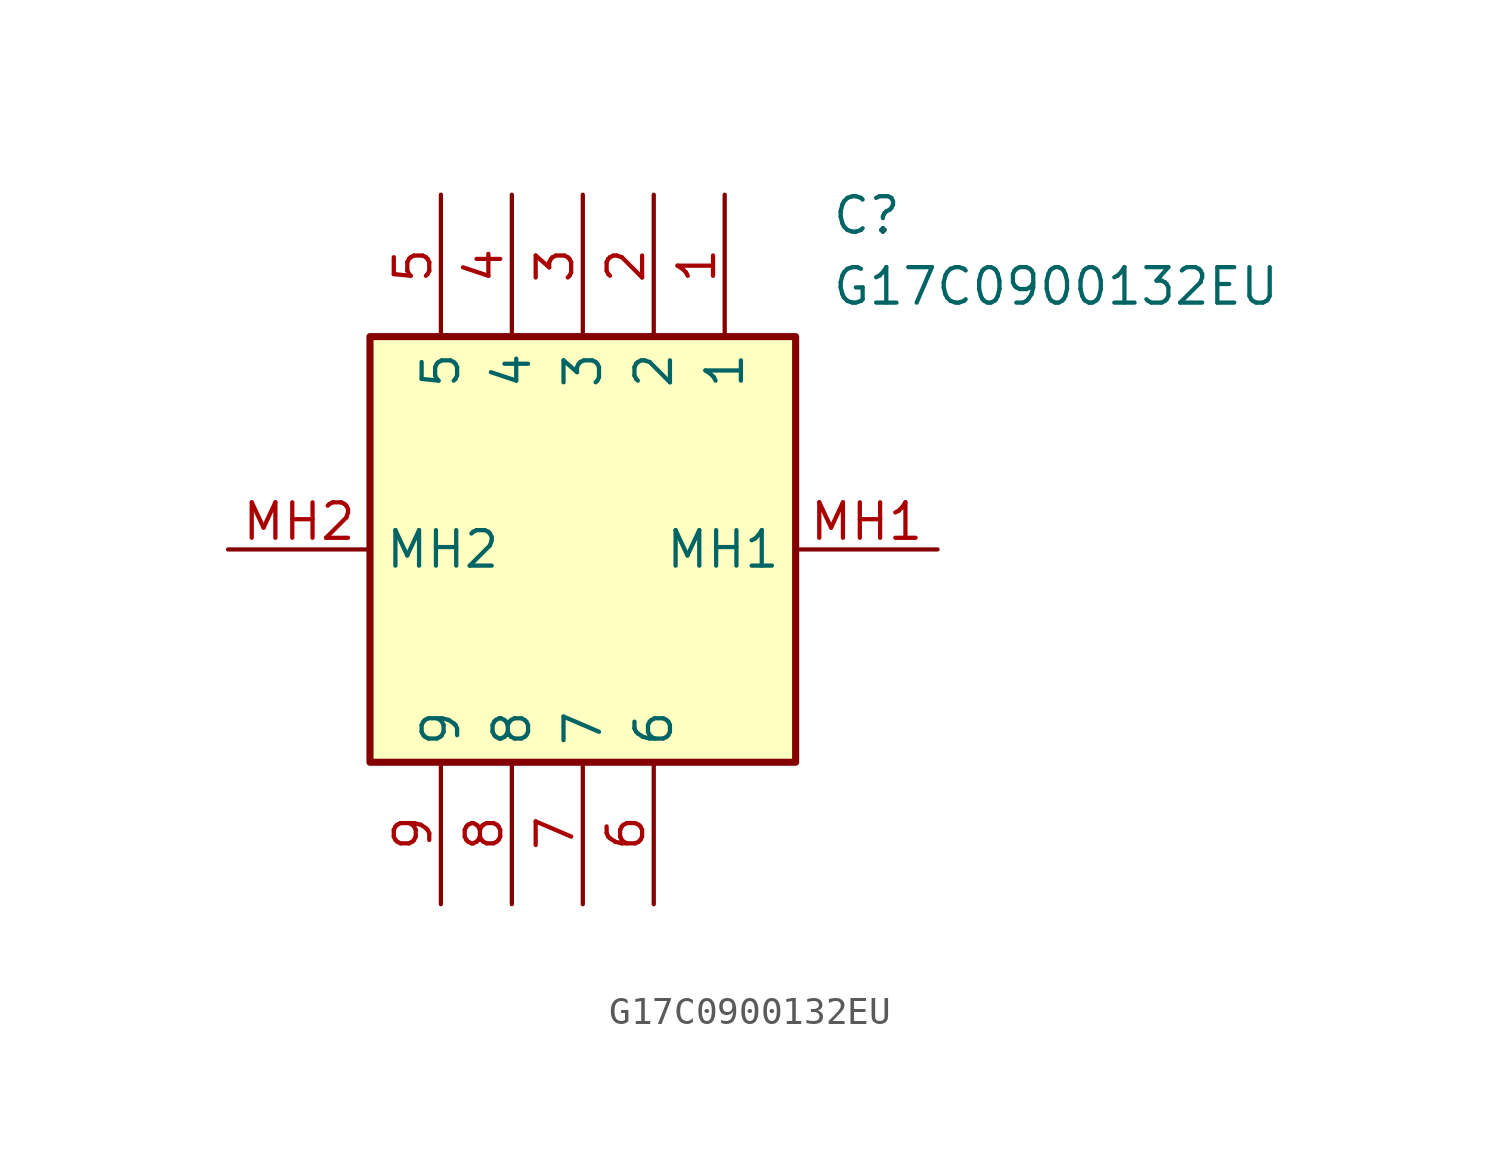
<source format=kicad_sym>
(kicad_symbol_lib
  (version 20211014)
  (generator SamacSys_ECAD_Model)
  (symbol "G17C0900132EU"
    (property "Reference" "C"
      (at 21.59 12.7 0)
      (effects (font (size 1.27 1.27)) (justify left top)))
    (property "Value" "G17C0900132EU"
      (at 21.59 10.16 0)
      (effects (font (size 1.27 1.27)) (justify left top)))
    (rectangle
      (start 5.08 7.62)
      (end 20.32 -7.62)
      (stroke (width 0.254) (type default))
      (fill (type background)))
    (pin passive line
      (at 17.78 12.7 270)
      (length 5.08)
      (name "1" (effects (font (size 1.27 1.27))))
      (number "1" (effects (font (size 1.27 1.27)))))
    (pin passive line
      (at 15.24 12.7 270)
      (length 5.08)
      (name "2" (effects (font (size 1.27 1.27))))
      (number "2" (effects (font (size 1.27 1.27)))))
    (pin passive line
      (at 12.7 12.7 270)
      (length 5.08)
      (name "3" (effects (font (size 1.27 1.27))))
      (number "3" (effects (font (size 1.27 1.27)))))
    (pin passive line
      (at 10.16 12.7 270)
      (length 5.08)
      (name "4" (effects (font (size 1.27 1.27))))
      (number "4" (effects (font (size 1.27 1.27)))))
    (pin passive line
      (at 7.62 12.7 270)
      (length 5.08)
      (name "5" (effects (font (size 1.27 1.27))))
      (number "5" (effects (font (size 1.27 1.27)))))
    (pin passive line
      (at 15.24 -12.7 90)
      (length 5.08)
      (name "6" (effects (font (size 1.27 1.27))))
      (number "6" (effects (font (size 1.27 1.27)))))
    (pin passive line
      (at 12.7 -12.7 90)
      (length 5.08)
      (name "7" (effects (font (size 1.27 1.27))))
      (number "7" (effects (font (size 1.27 1.27)))))
    (pin passive line
      (at 10.16 -12.7 90)
      (length 5.08)
      (name "8" (effects (font (size 1.27 1.27))))
      (number "8" (effects (font (size 1.27 1.27)))))
    (pin passive line
      (at 7.62 -12.7 90)
      (length 5.08)
      (name "9" (effects (font (size 1.27 1.27))))
      (number "9" (effects (font (size 1.27 1.27)))))
    (pin passive line
      (at 25.4 0 180)
      (length 5.08)
      (name "MH1" (effects (font (size 1.27 1.27))))
      (number "MH1" (effects (font (size 1.27 1.27)))))
    (pin passive line
      (at 0 0 0)
      (length 5.08)
      (name "MH2" (effects (font (size 1.27 1.27))))
      (number "MH2" (effects (font (size 1.27 1.27)))))))
</source>
